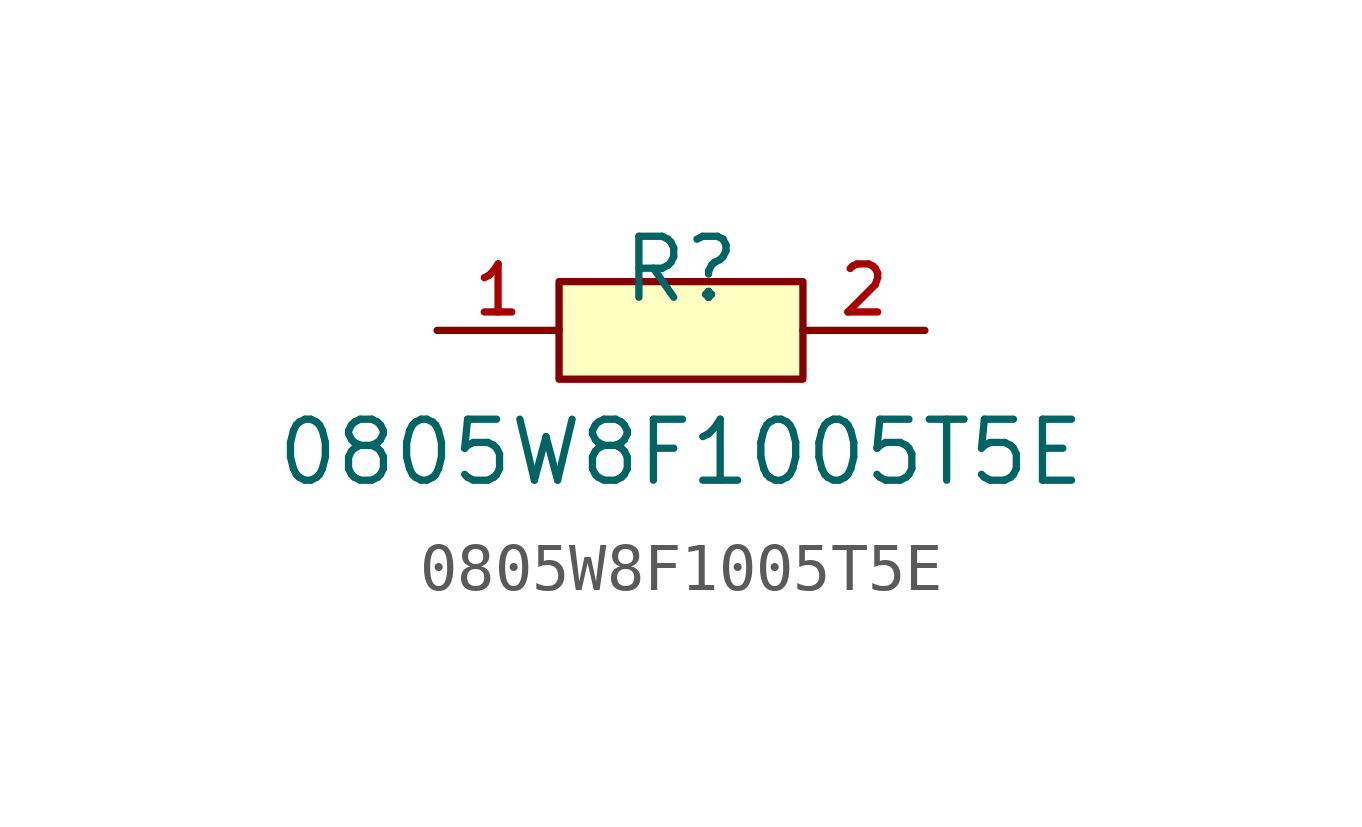
<source format=kicad_sym>
(kicad_symbol_lib
  (version 20210201)
  (generator TousstNicolas/JLC2KiCad_lib)
  (symbol "0805W8F1005T5E"
    (pin_names hide)
    (property "Reference" "R"
      (at 0 1.27 0)
      (effects (font (size 1.27 1.27))))
    (property "Value" "0805W8F1005T5E"
      (at 0 -2.54 0)
      (effects (font (size 1.27 1.27))))
    (symbol "0805W8F1005T5E_0_1"
      (pin input line (at 5.08 -0.0 180) (length 2.54) (name "2" (effects (font (size 1 1)))) (number "2" (effects (font (size 1 1)))))
      (pin input line (at -5.08 -0.0 0) (length 2.54) (name "1" (effects (font (size 1 1)))) (number "1" (effects (font (size 1 1)))))
      (rectangle (start -2.54 1.016) (end 2.54 -1.016) (stroke (width 0) (type default) (color 0 0 0 0)) (fill (type background))))))
</source>
